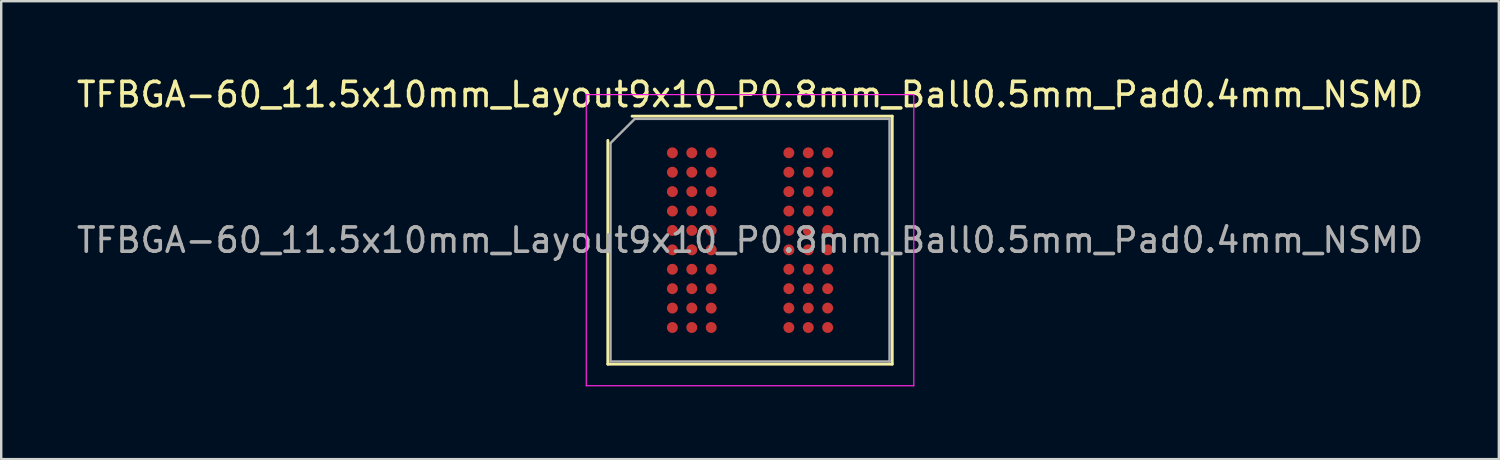
<source format=kicad_pcb>
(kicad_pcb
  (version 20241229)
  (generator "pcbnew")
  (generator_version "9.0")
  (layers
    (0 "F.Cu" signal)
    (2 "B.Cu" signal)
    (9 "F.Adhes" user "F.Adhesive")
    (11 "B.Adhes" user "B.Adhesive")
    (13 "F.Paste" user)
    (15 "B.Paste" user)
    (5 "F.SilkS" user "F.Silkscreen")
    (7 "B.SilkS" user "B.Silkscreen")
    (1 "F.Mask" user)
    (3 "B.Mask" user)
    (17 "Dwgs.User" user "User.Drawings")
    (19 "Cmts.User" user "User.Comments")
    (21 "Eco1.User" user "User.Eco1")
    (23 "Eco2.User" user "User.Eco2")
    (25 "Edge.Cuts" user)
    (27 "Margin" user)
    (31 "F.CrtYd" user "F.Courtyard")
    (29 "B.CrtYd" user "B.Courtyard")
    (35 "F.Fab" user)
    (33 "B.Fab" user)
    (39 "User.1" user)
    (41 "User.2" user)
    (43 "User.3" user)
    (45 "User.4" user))
  (footprint "TFBGA-60_11.5x10mm_Layout9x10_P0.8mm_Ball0.5mm_Pad0.4mm_NSMD"
    (layer "F.Cu")
    (at 27.863 6.848)
    (property "Reference" "TFBGA-60_11.5x10mm_Layout9x10_P0.8mm_Ball0.5mm_Pad0.4mm_NSMD" (at 0 -6 0) (layer "F.SilkS") (effects (font (size 1 1) (thickness 0.15))))
    (attr smd)
    (fp_line (start -5.86 5.11) (end -5.86 -4.11) (stroke (width 0.12) (type solid)) (layer "F.SilkS"))
    (fp_line (start -4.86 -5.11) (end 5.86 -5.11) (stroke (width 0.12) (type solid)) (layer "F.SilkS"))
    (fp_line (start 5.86 -5.11) (end 5.86 5.11) (stroke (width 0.12) (type solid)) (layer "F.SilkS"))
    (fp_line (start 5.86 5.11) (end -5.86 5.11) (stroke (width 0.12) (type solid)) (layer "F.SilkS"))
    (fp_line (start -6.75 -6) (end -6.75 6) (stroke (width 0.05) (type solid)) (layer "F.CrtYd"))
    (fp_line (start -6.75 6) (end 6.75 6) (stroke (width 0.05) (type solid)) (layer "F.CrtYd"))
    (fp_line (start 6.75 -6) (end -6.75 -6) (stroke (width 0.05) (type solid)) (layer "F.CrtYd"))
    (fp_line (start 6.75 6) (end 6.75 -6) (stroke (width 0.05) (type solid)) (layer "F.CrtYd"))
    (fp_line (start -5.75 -4) (end -4.75 -5) (stroke (width 0.1) (type solid)) (layer "F.Fab"))
    (fp_line (start -5.75 5) (end -5.75 -4) (stroke (width 0.1) (type solid)) (layer "F.Fab"))
    (fp_line (start -4.75 -5) (end 5.75 -5) (stroke (width 0.1) (type solid)) (layer "F.Fab"))
    (fp_line (start 5.75 -5) (end 5.75 5) (stroke (width 0.1) (type solid)) (layer "F.Fab"))
    (fp_line (start 5.75 5) (end -5.75 5) (stroke (width 0.1) (type solid)) (layer "F.Fab"))
    (fp_text user "${REFERENCE}" (at 0 0 0) (layer "F.Fab") (effects (font (size 1 1) (thickness 0.15))))
    (pad "A1" smd circle (at -3.2 -3.6) (size 0.45 0.45) (layers "F.Cu" "F.Mask" "F.Paste"))
    (pad "A2" smd circle (at -2.4 -3.6) (size 0.45 0.45) (layers "F.Cu" "F.Mask" "F.Paste"))
    (pad "A3" smd circle (at -1.6 -3.6) (size 0.45 0.45) (layers "F.Cu" "F.Mask" "F.Paste"))
    (pad "A7" smd circle (at 1.6 -3.6) (size 0.45 0.45) (layers "F.Cu" "F.Mask" "F.Paste"))
    (pad "A8" smd circle (at 2.4 -3.6) (size 0.45 0.45) (layers "F.Cu" "F.Mask" "F.Paste"))
    (pad "A9" smd circle (at 3.2 -3.6) (size 0.45 0.45) (layers "F.Cu" "F.Mask" "F.Paste"))
    (pad "B1" smd circle (at -3.2 -2.8) (size 0.45 0.45) (layers "F.Cu" "F.Mask" "F.Paste"))
    (pad "B2" smd circle (at -2.4 -2.8) (size 0.45 0.45) (layers "F.Cu" "F.Mask" "F.Paste"))
    (pad "B3" smd circle (at -1.6 -2.8) (size 0.45 0.45) (layers "F.Cu" "F.Mask" "F.Paste"))
    (pad "B7" smd circle (at 1.6 -2.8) (size 0.45 0.45) (layers "F.Cu" "F.Mask" "F.Paste"))
    (pad "B8" smd circle (at 2.4 -2.8) (size 0.45 0.45) (layers "F.Cu" "F.Mask" "F.Paste"))
    (pad "B9" smd circle (at 3.2 -2.8) (size 0.45 0.45) (layers "F.Cu" "F.Mask" "F.Paste"))
    (pad "C1" smd circle (at -3.2 -2) (size 0.45 0.45) (layers "F.Cu" "F.Mask" "F.Paste"))
    (pad "C2" smd circle (at -2.4 -2) (size 0.45 0.45) (layers "F.Cu" "F.Mask" "F.Paste"))
    (pad "C3" smd circle (at -1.6 -2) (size 0.45 0.45) (layers "F.Cu" "F.Mask" "F.Paste"))
    (pad "C7" smd circle (at 1.6 -2) (size 0.45 0.45) (layers "F.Cu" "F.Mask" "F.Paste"))
    (pad "C8" smd circle (at 2.4 -2) (size 0.45 0.45) (layers "F.Cu" "F.Mask" "F.Paste"))
    (pad "C9" smd circle (at 3.2 -2) (size 0.45 0.45) (layers "F.Cu" "F.Mask" "F.Paste"))
    (pad "D1" smd circle (at -3.2 -1.2) (size 0.45 0.45) (layers "F.Cu" "F.Mask" "F.Paste"))
    (pad "D2" smd circle (at -2.4 -1.2) (size 0.45 0.45) (layers "F.Cu" "F.Mask" "F.Paste"))
    (pad "D3" smd circle (at -1.6 -1.2) (size 0.45 0.45) (layers "F.Cu" "F.Mask" "F.Paste"))
    (pad "D7" smd circle (at 1.6 -1.2) (size 0.45 0.45) (layers "F.Cu" "F.Mask" "F.Paste"))
    (pad "D8" smd circle (at 2.4 -1.2) (size 0.45 0.45) (layers "F.Cu" "F.Mask" "F.Paste"))
    (pad "D9" smd circle (at 3.2 -1.2) (size 0.45 0.45) (layers "F.Cu" "F.Mask" "F.Paste"))
    (pad "E1" smd circle (at -3.2 -0.4) (size 0.45 0.45) (layers "F.Cu" "F.Mask" "F.Paste"))
    (pad "E2" smd circle (at -2.4 -0.4) (size 0.45 0.45) (layers "F.Cu" "F.Mask" "F.Paste"))
    (pad "E3" smd circle (at -1.6 -0.4) (size 0.45 0.45) (layers "F.Cu" "F.Mask" "F.Paste"))
    (pad "E7" smd circle (at 1.6 -0.4) (size 0.45 0.45) (layers "F.Cu" "F.Mask" "F.Paste"))
    (pad "E8" smd circle (at 2.4 -0.4) (size 0.45 0.45) (layers "F.Cu" "F.Mask" "F.Paste"))
    (pad "E9" smd circle (at 3.2 -0.4) (size 0.45 0.45) (layers "F.Cu" "F.Mask" "F.Paste"))
    (pad "F1" smd circle (at -3.2 0.4) (size 0.45 0.45) (layers "F.Cu" "F.Mask" "F.Paste"))
    (pad "F2" smd circle (at -2.4 0.4) (size 0.45 0.45) (layers "F.Cu" "F.Mask" "F.Paste"))
    (pad "F3" smd circle (at -1.6 0.4) (size 0.45 0.45) (layers "F.Cu" "F.Mask" "F.Paste"))
    (pad "F7" smd circle (at 1.6 0.4) (size 0.45 0.45) (layers "F.Cu" "F.Mask" "F.Paste"))
    (pad "F8" smd circle (at 2.4 0.4) (size 0.45 0.45) (layers "F.Cu" "F.Mask" "F.Paste"))
    (pad "F9" smd circle (at 3.2 0.4) (size 0.45 0.45) (layers "F.Cu" "F.Mask" "F.Paste"))
    (pad "G1" smd circle (at -3.2 1.2) (size 0.45 0.45) (layers "F.Cu" "F.Mask" "F.Paste"))
    (pad "G2" smd circle (at -2.4 1.2) (size 0.45 0.45) (layers "F.Cu" "F.Mask" "F.Paste"))
    (pad "G3" smd circle (at -1.6 1.2) (size 0.45 0.45) (layers "F.Cu" "F.Mask" "F.Paste"))
    (pad "G7" smd circle (at 1.6 1.2) (size 0.45 0.45) (layers "F.Cu" "F.Mask" "F.Paste"))
    (pad "G8" smd circle (at 2.4 1.2) (size 0.45 0.45) (layers "F.Cu" "F.Mask" "F.Paste"))
    (pad "G9" smd circle (at 3.2 1.2) (size 0.45 0.45) (layers "F.Cu" "F.Mask" "F.Paste"))
    (pad "H1" smd circle (at -3.2 2) (size 0.45 0.45) (layers "F.Cu" "F.Mask" "F.Paste"))
    (pad "H2" smd circle (at -2.4 2) (size 0.45 0.45) (layers "F.Cu" "F.Mask" "F.Paste"))
    (pad "H3" smd circle (at -1.6 2) (size 0.45 0.45) (layers "F.Cu" "F.Mask" "F.Paste"))
    (pad "H7" smd circle (at 1.6 2) (size 0.45 0.45) (layers "F.Cu" "F.Mask" "F.Paste"))
    (pad "H8" smd circle (at 2.4 2) (size 0.45 0.45) (layers "F.Cu" "F.Mask" "F.Paste"))
    (pad "H9" smd circle (at 3.2 2) (size 0.45 0.45) (layers "F.Cu" "F.Mask" "F.Paste"))
    (pad "J1" smd circle (at -3.2 2.8) (size 0.45 0.45) (layers "F.Cu" "F.Mask" "F.Paste"))
    (pad "J2" smd circle (at -2.4 2.8) (size 0.45 0.45) (layers "F.Cu" "F.Mask" "F.Paste"))
    (pad "J3" smd circle (at -1.6 2.8) (size 0.45 0.45) (layers "F.Cu" "F.Mask" "F.Paste"))
    (pad "J7" smd circle (at 1.6 2.8) (size 0.45 0.45) (layers "F.Cu" "F.Mask" "F.Paste"))
    (pad "J8" smd circle (at 2.4 2.8) (size 0.45 0.45) (layers "F.Cu" "F.Mask" "F.Paste"))
    (pad "J9" smd circle (at 3.2 2.8) (size 0.45 0.45) (layers "F.Cu" "F.Mask" "F.Paste"))
    (pad "K1" smd circle (at -3.2 3.6) (size 0.45 0.45) (layers "F.Cu" "F.Mask" "F.Paste"))
    (pad "K2" smd circle (at -2.4 3.6) (size 0.45 0.45) (layers "F.Cu" "F.Mask" "F.Paste"))
    (pad "K3" smd circle (at -1.6 3.6) (size 0.45 0.45) (layers "F.Cu" "F.Mask" "F.Paste"))
    (pad "K7" smd circle (at 1.6 3.6) (size 0.45 0.45) (layers "F.Cu" "F.Mask" "F.Paste"))
    (pad "K8" smd circle (at 2.4 3.6) (size 0.45 0.45) (layers "F.Cu" "F.Mask" "F.Paste"))
    (pad "K9" smd circle (at 3.2 3.6) (size 0.45 0.45) (layers "F.Cu" "F.Mask" "F.Paste")))
  (gr_rect
    (start -3 -3)
    (end 58.726 15.873)
    (stroke (width 0.1) (type default))
    (fill no)
    (layer "Edge.Cuts")))
</source>
